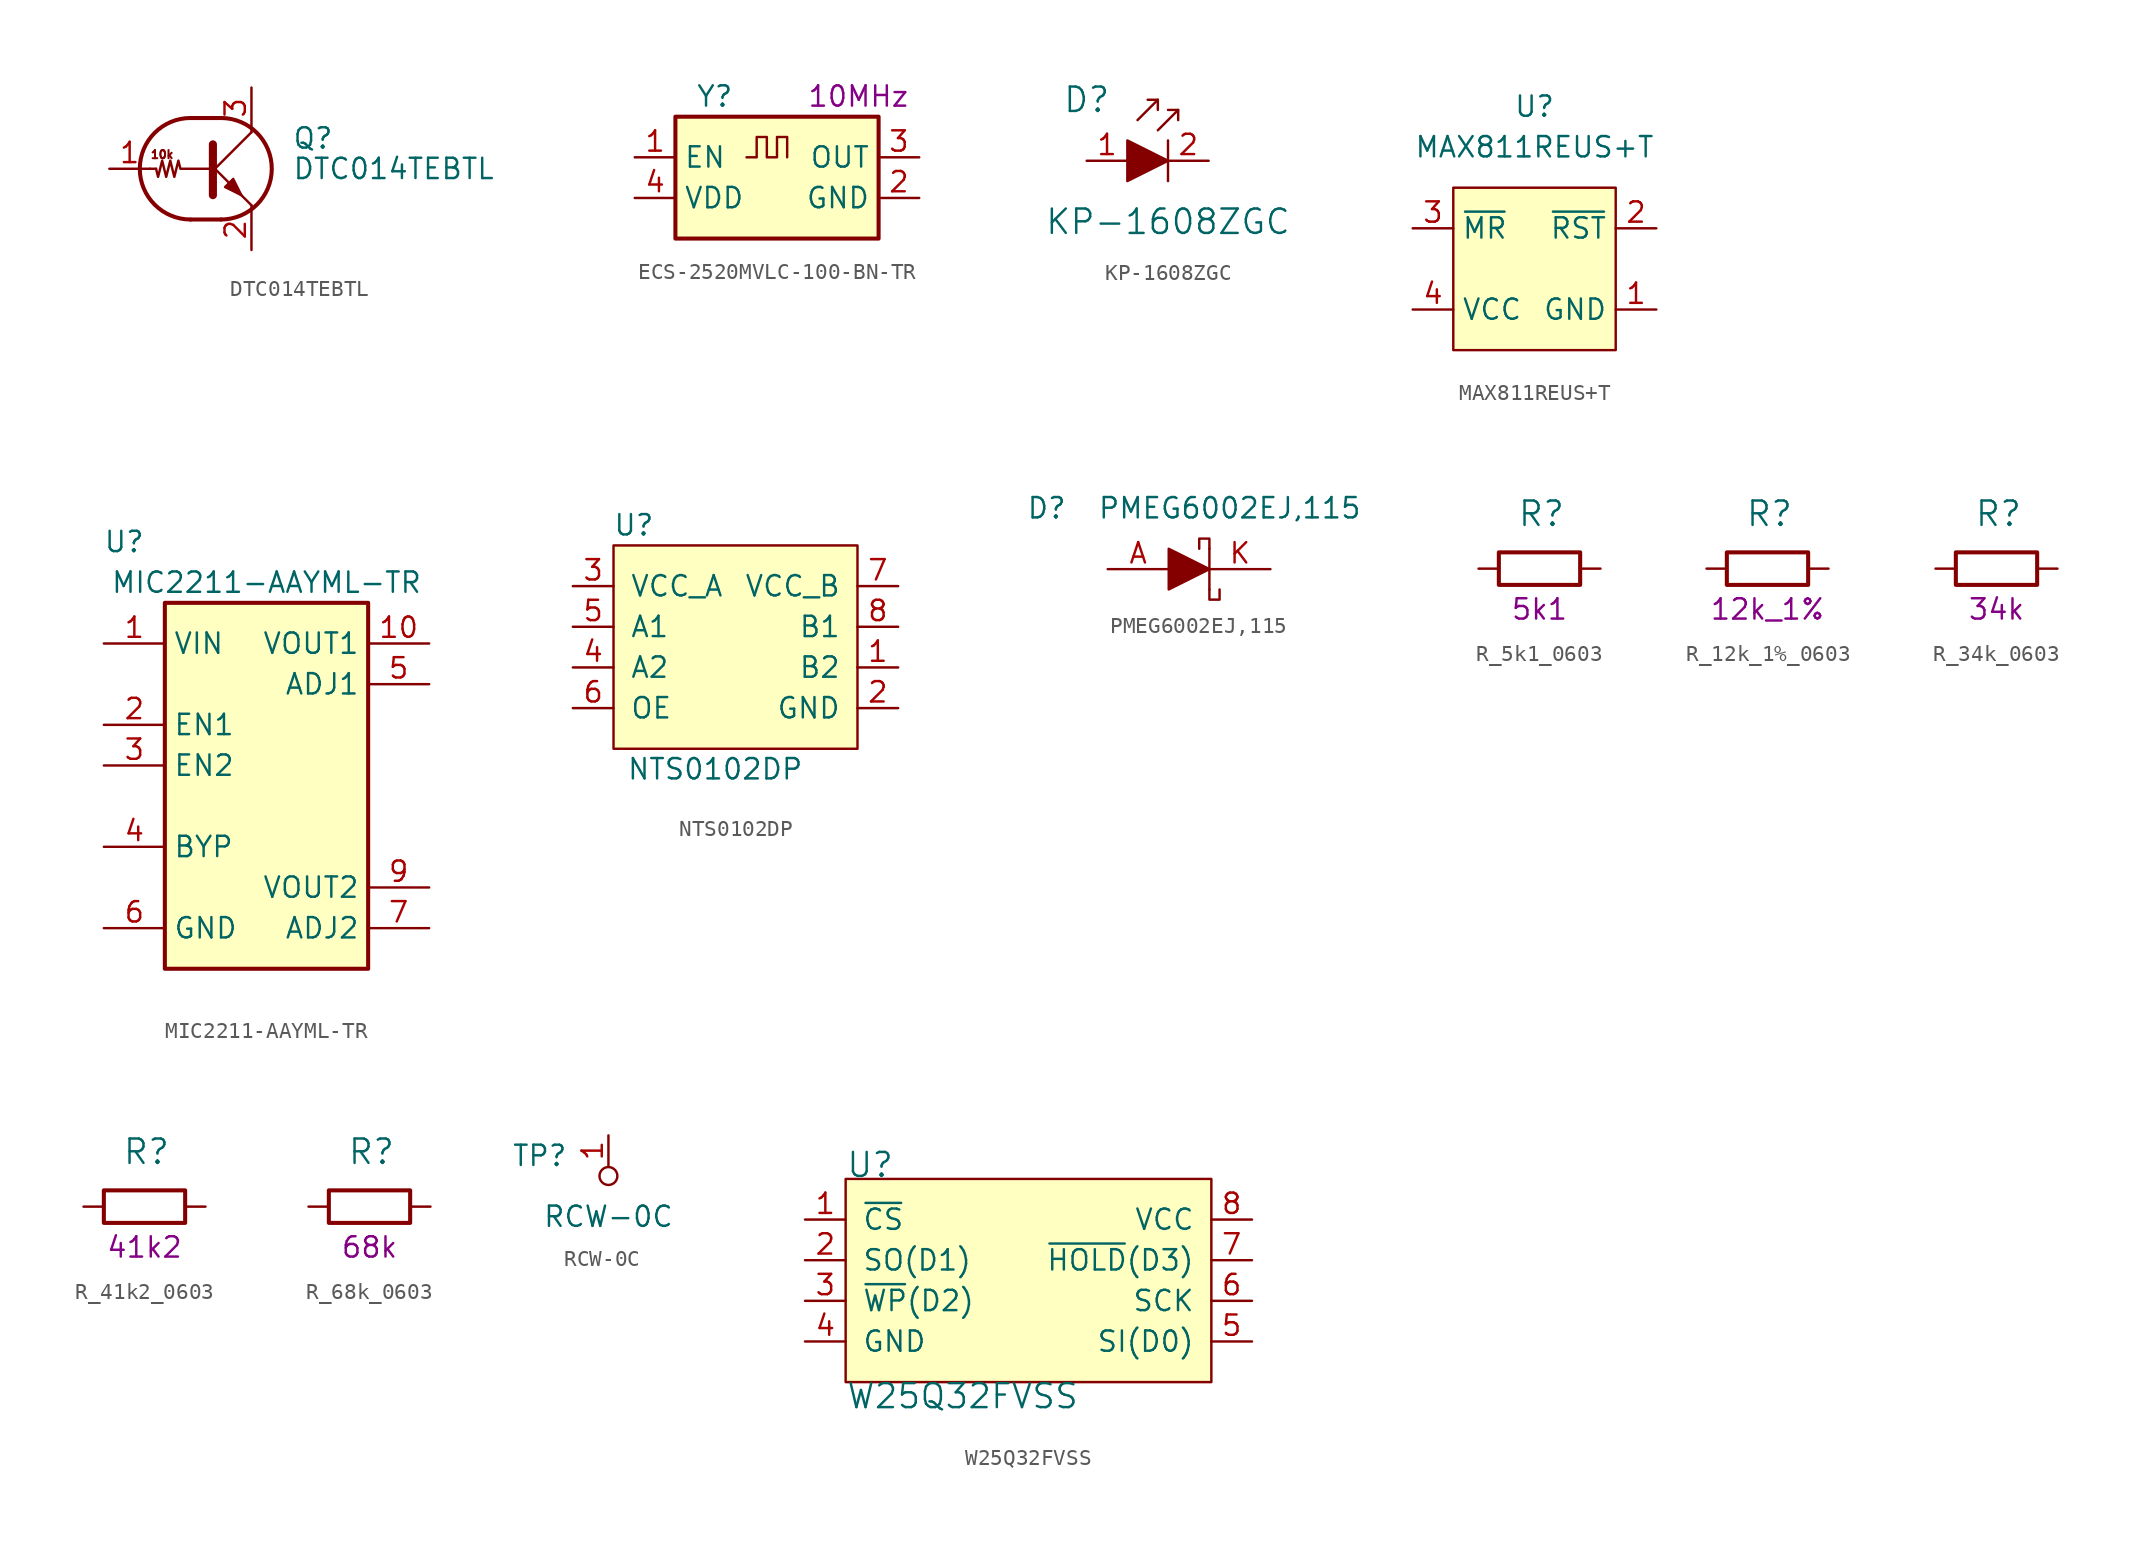
<source format=kicad_sym>
(kicad_symbol_lib
  (version 20211014)
  (generator kicad_symbol_editor)
  (symbol "DTC014TEBTL"
    (pin_names
      (offset 0) hide)
    (property "Reference" "Q"
      (at 5.08 1.905 0)
      (effects (font (size 1.27 1.27)) (justify left)))
    (property "Value" "DTC014TEBTL"
      (at 5.08 0 0)
      (effects (font (size 1.27 1.27)) (justify left)))
    (symbol "DTC014TEBTL_0_0"
      (polyline (pts (xy 2.54 -2.286) (xy 2.54 -2.54)) (stroke (width 0) (type default) (color 0 0 0 0)) (fill (type none)))
      (text "10k" (at -3.048 0.889 0) (effects (font (size 0.508 0.508)))))
    (symbol "DTC014TEBTL_0_1"
      (arc (start -1.27 3.175) (mid -4.445 0) (end -1.27 -3.175) (stroke (width 0.254) (type default) (color 0 0 0 0)) (fill (type none)))
      (polyline (pts (xy -3.429 0) (xy -3.81 0)) (stroke (width 0) (type default) (color 0 0 0 0)) (fill (type none)))
      (polyline (pts (xy -1.27 -3.175) (xy 0.635 -3.175)) (stroke (width 0.254) (type default) (color 0 0 0 0)) (fill (type none)))
      (polyline (pts (xy -1.27 3.175) (xy 0.635 3.175)) (stroke (width 0.254) (type default) (color 0 0 0 0)) (fill (type none)))
      (polyline (pts (xy 0 -0.254) (xy 2.54 2.286)) (stroke (width 0) (type default) (color 0 0 0 0)) (fill (type none)))
      (polyline (pts (xy 0.127 1.524) (xy 0.127 -1.651)) (stroke (width 0.508) (type default) (color 0 0 0 0)) (fill (type outline)))
      (polyline (pts (xy 2.54 2.286) (xy 2.54 2.54)) (stroke (width 0) (type default) (color 0 0 0 0)) (fill (type none)))
      (polyline (pts (xy 2.54 -2.286) (xy 0 0.254) (xy 0 0.254)) (stroke (width 0) (type default) (color 0 0 0 0)) (fill (type none)))
      (polyline (pts (xy 0.889 -1.143) (xy 1.397 -0.635) (xy 1.905 -1.651) (xy 0.889 -1.143)) (stroke (width 0) (type default) (color 0 0 0 0)) (fill (type outline)))
      (polyline (pts (xy 0 0) (xy -1.905 0) (xy -2.032 0.508) (xy -2.286 -0.508) (xy -2.54 0.508) (xy -2.794 -0.508) (xy -3.048 0.508) (xy -3.302 -0.508) (xy -3.429 0)) (stroke (width 0) (type default) (color 0 0 0 0)) (fill (type none)))
      (arc (start 0.635 -3.175) (mid 3.81 0) (end 0.635 3.175) (stroke (width 0.254) (type default) (color 0 0 0 0)) (fill (type none))))
    (symbol "DTC014TEBTL_1_1"
      (pin input line (at -6.35 0 0) (length 2.54) (name "B" (effects (font (size 1.27 1.27)))) (number "1" (effects (font (size 1.27 1.27)))))
      (pin passive line (at 2.54 -5.08 90) (length 2.54) (name "E" (effects (font (size 1.27 1.27)))) (number "2" (effects (font (size 1.27 1.27)))))
      (pin passive line (at 2.54 5.08 270) (length 2.54) (name "C" (effects (font (size 1.27 1.27)))) (number "3" (effects (font (size 1.27 1.27)))))))
  (symbol "ECS-2520MVLC-100-BN-TR"
    (property "Reference" "Y"
      (at -5.08 3.81 0)
      (effects (font (size 1.27 1.27)) (justify left)))
    (property "VAL" "10MHz"
      (at 5.08 3.81 0)
      (effects (font (size 1.27 1.27))))
    (symbol "ECS-2520MVLC-100-BN-TR_0_1"
      (rectangle (start -6.35 2.54) (end 6.35 -5.08) (stroke (width 0.254) (type default) (color 0 0 0 0)) (fill (type background)))
      (polyline (pts (xy -1.905 0) (xy -1.27 0) (xy -1.27 1.27) (xy -0.635 1.27) (xy -0.635 0) (xy 0 0) (xy 0 1.27) (xy 0.635 1.27) (xy 0.635 0)) (stroke (width 0) (type default) (color 0 0 0 0)) (fill (type none))))
    (symbol "ECS-2520MVLC-100-BN-TR_1_1"
      (pin input line (at -8.89 0 0) (length 2.54) (name "EN" (effects (font (size 1.27 1.27)))) (number "1" (effects (font (size 1.27 1.27)))))
      (pin power_in line (at 8.89 -2.54 180) (length 2.54) (name "GND" (effects (font (size 1.27 1.27)))) (number "2" (effects (font (size 1.27 1.27)))))
      (pin output line (at 8.89 0 180) (length 2.54) (name "OUT" (effects (font (size 1.27 1.27)))) (number "3" (effects (font (size 1.27 1.27)))))
      (pin power_in line (at -8.89 -2.54 0) (length 2.54) (name "VDD" (effects (font (size 1.27 1.27)))) (number "4" (effects (font (size 1.27 1.27)))))))
  (symbol "KP-1608ZGC"
    (pin_names
      (offset 0))
    (property "Reference" "D"
      (at -5.08 3.81 0)
      (effects (font (size 1.524 1.524))))
    (property "Value" "KP-1608ZGC"
      (at 0 -3.81 0)
      (effects (font (size 1.524 1.524))))
    (symbol "KP-1608ZGC_0_1"
      (polyline (pts (xy -0.635 3.81) (xy -1.905 2.54)) (stroke (width 0) (type default) (color 0 0 0 0)) (fill (type none)))
      (polyline (pts (xy 0 1.27) (xy 0 -1.27)) (stroke (width 0) (type default) (color 0 0 0 0)) (fill (type none)))
      (polyline (pts (xy 0.635 3.175) (xy -0.635 1.905)) (stroke (width 0) (type default) (color 0 0 0 0)) (fill (type none)))
      (polyline (pts (xy -1.27 3.81) (xy -0.635 3.81) (xy -0.635 3.175)) (stroke (width 0) (type default) (color 0 0 0 0)) (fill (type none)))
      (polyline (pts (xy 0 3.175) (xy 0.635 3.175) (xy 0.635 2.54)) (stroke (width 0) (type default) (color 0 0 0 0)) (fill (type none)))
      (polyline (pts (xy -2.54 1.27) (xy -2.54 -1.27) (xy 0 0) (xy -2.54 1.27)) (stroke (width 0) (type default) (color 0 0 0 0)) (fill (type outline))))
    (symbol "KP-1608ZGC_1_1"
      (pin passive line (at -5.08 0 0) (length 2.54) (name "~" (effects (font (size 1.27 1.27)))) (number "1" (effects (font (size 1.27 1.27)))))
      (pin passive line (at 2.54 0 180) (length 2.54) (name "~" (effects (font (size 1.27 1.27)))) (number "2" (effects (font (size 1.27 1.27)))))))
  (symbol "MAX811REUS+T"
    (property "Reference" "U"
      (at 0 10.16 0)
      (effects (font (size 1.27 1.27))))
    (property "Value" "MAX811REUS+T"
      (at 0 7.62 0)
      (effects (font (size 1.27 1.27))))
    (symbol "MAX811REUS+T_0_1"
      (rectangle (start -5.08 5.08) (end 5.08 -5.08) (stroke (width 0.152) (type default) (color 0 0 0 0)) (fill (type background))))
    (symbol "MAX811REUS+T_1_1"
      (pin power_in line (at 7.62 -2.54 180) (length 2.54) (name "GND" (effects (font (size 1.27 1.27)))) (number "1" (effects (font (size 1.27 1.27)))))
      (pin power_in line (at 7.62 2.54 180) (length 2.54) (name "~{RST}" (effects (font (size 1.27 1.27)))) (number "2" (effects (font (size 1.27 1.27)))))
      (pin input line (at -7.62 2.54 0) (length 2.54) (name "~{MR}" (effects (font (size 1.27 1.27)))) (number "3" (effects (font (size 1.27 1.27)))))
      (pin power_in line (at -7.62 -2.54 0) (length 2.54) (name "VCC" (effects (font (size 1.27 1.27)))) (number "4" (effects (font (size 1.27 1.27)))))))
  (symbol "MIC2211-AAYML-TR"
    (property "Reference" "U"
      (at -8.89 8.89 0)
      (effects (font (size 1.27 1.27))))
    (property "Value" "MIC2211-AAYML-TR"
      (at 0 6.35 0)
      (effects (font (size 1.27 1.27))))
    (symbol "MIC2211-AAYML-TR_0_1"
      (rectangle (start -6.35 5.08) (end 6.35 -17.78) (stroke (width 0.254) (type default) (color 0 0 0 0)) (fill (type background))))
    (symbol "MIC2211-AAYML-TR_1_1"
      (pin power_in line (at -10.16 2.54 0) (length 3.81) (name "VIN" (effects (font (size 1.27 1.27)))) (number "1" (effects (font (size 1.27 1.27)))))
      (pin power_out line (at 10.16 2.54 180) (length 3.81) (name "VOUT1" (effects (font (size 1.27 1.27)))) (number "10" (effects (font (size 1.27 1.27)))))
      (pin power_in line (at -10.16 -15.24 0) (length 3.81) hide (name "EP" (effects (font (size 1.27 1.27)))) (number "11" (effects (font (size 1.27 1.27)))))
      (pin input line (at -10.16 -2.54 0) (length 3.81) (name "EN1" (effects (font (size 1.27 1.27)))) (number "2" (effects (font (size 1.27 1.27)))))
      (pin input line (at -10.16 -5.08 0) (length 3.81) (name "EN2" (effects (font (size 1.27 1.27)))) (number "3" (effects (font (size 1.27 1.27)))))
      (pin passive line (at -10.16 -10.16 0) (length 3.81) (name "BYP" (effects (font (size 1.27 1.27)))) (number "4" (effects (font (size 1.27 1.27)))))
      (pin input line (at 10.16 0 180) (length 3.81) (name "ADJ1" (effects (font (size 1.27 1.27)))) (number "5" (effects (font (size 1.27 1.27)))))
      (pin power_in line (at -10.16 -15.24 0) (length 3.81) (name "GND" (effects (font (size 1.27 1.27)))) (number "6" (effects (font (size 1.27 1.27)))))
      (pin input line (at 10.16 -15.24 180) (length 3.81) (name "ADJ2" (effects (font (size 1.27 1.27)))) (number "7" (effects (font (size 1.27 1.27)))))
      (pin no_connect line (at 10.16 -5.08 180) (length 3.81) hide (name "NC" (effects (font (size 1.27 1.27)))) (number "8" (effects (font (size 1.27 1.27)))))
      (pin power_out line (at 10.16 -12.7 180) (length 3.81) (name "VOUT2" (effects (font (size 1.27 1.27)))) (number "9" (effects (font (size 1.27 1.27)))))))
  (symbol "NTS0102DP"
    (pin_names
      (offset 1.016))
    (property "Reference" "U"
      (at -6.35 10.16 0)
      (effects (font (size 1.27 1.27))))
    (property "Value" "NTS0102DP"
      (at -1.27 -5.08 0)
      (effects (font (size 1.27 1.27))))
    (symbol "NTS0102DP_0_1"
      (rectangle (start -7.62 8.89) (end 7.62 -3.81) (stroke (width 0) (type default) (color 0 0 0 0)) (fill (type background))))
    (symbol "NTS0102DP_1_1"
      (pin bidirectional line (at 10.16 1.27 180) (length 2.54) (name "B2" (effects (font (size 1.27 1.27)))) (number "1" (effects (font (size 1.27 1.27)))))
      (pin power_in line (at 10.16 -1.27 180) (length 2.54) (name "GND" (effects (font (size 1.27 1.27)))) (number "2" (effects (font (size 1.27 1.27)))))
      (pin power_in line (at -10.16 6.35 0) (length 2.54) (name "VCC_A" (effects (font (size 1.27 1.27)))) (number "3" (effects (font (size 1.27 1.27)))))
      (pin bidirectional line (at -10.16 1.27 0) (length 2.54) (name "A2" (effects (font (size 1.27 1.27)))) (number "4" (effects (font (size 1.27 1.27)))))
      (pin bidirectional line (at -10.16 3.81 0) (length 2.54) (name "A1" (effects (font (size 1.27 1.27)))) (number "5" (effects (font (size 1.27 1.27)))))
      (pin power_in line (at -10.16 -1.27 0) (length 2.54) (name "OE" (effects (font (size 1.27 1.27)))) (number "6" (effects (font (size 1.27 1.27)))))
      (pin power_in line (at 10.16 6.35 180) (length 2.54) (name "VCC_B" (effects (font (size 1.27 1.27)))) (number "7" (effects (font (size 1.27 1.27)))))
      (pin bidirectional line (at 10.16 3.81 180) (length 2.54) (name "B1" (effects (font (size 1.27 1.27)))) (number "8" (effects (font (size 1.27 1.27)))))))
  (symbol "PMEG6002EJ,115"
    (pin_names
      (offset 1.016))
    (property "Reference" "D"
      (at -8.89 3.81 0)
      (effects (font (size 1.27 1.27))))
    (property "Value" "PMEG6002EJ,115"
      (at 2.54 3.81 0)
      (effects (font (size 1.27 1.27))))
    (symbol "PMEG6002EJ,115_1_1"
      (polyline (pts (xy 1.27 1.27) (xy 1.27 -1.27)) (stroke (width 0) (type default) (color 0 0 0 0)) (fill (type none)))
      (polyline (pts (xy -1.27 1.27) (xy -1.27 -1.27) (xy 1.27 0) (xy -1.27 1.27)) (stroke (width 0) (type default) (color 0 0 0 0)) (fill (type outline)))
      (polyline (pts (xy 1.27 -1.27) (xy 1.27 -1.905) (xy 1.905 -1.905) (xy 1.905 -1.27)) (stroke (width 0) (type default) (color 0 0 0 0)) (fill (type none)))
      (polyline (pts (xy 1.27 1.27) (xy 1.27 1.905) (xy 0.635 1.905) (xy 0.635 1.27)) (stroke (width 0) (type default) (color 0 0 0 0)) (fill (type none)))
      (pin passive line (at -5.08 0 0) (length 3.81) (name "~" (effects (font (size 1.27 1.27)))) (number "A" (effects (font (size 1.27 1.27)))))
      (pin passive line (at 5.08 0 180) (length 3.81) (name "~" (effects (font (size 1.27 1.27)))) (number "K" (effects (font (size 1.27 1.27)))))))
  (symbol "R_5k1_0603"
    (pin_names
      (offset 0))
    (property "Reference" "R"
      (at -1.397 3.429 0)
      (effects (font (size 1.524 1.524)) (justify left)))
    (property "Val" "5k1"
      (at 0 -2.54 0)
      (effects (font (size 1.27 1.27))))
    (symbol "R_5k1_0603_1_1"
      (rectangle (start 2.54 -1.016) (end -2.54 1.016) (stroke (width 0.254) (type default) (color 0 0 0 0)) (fill (type none)))
      (pin passive line (at -3.81 0 0) (length 1.27) (name "~" (effects (font (size 0 0)))) (number "1" (effects (font (size 0 0)))))
      (pin passive line (at 3.81 0 180) (length 1.27) (name "~" (effects (font (size 0 0)))) (number "2" (effects (font (size 0 0)))))))
  (symbol "R_12k_1%_0603"
    (pin_names
      (offset 0))
    (property "Reference" "R"
      (at -1.397 3.429 0)
      (effects (font (size 1.524 1.524)) (justify left)))
    (property "Val" "12k_1%"
      (at 0 -2.54 0)
      (effects (font (size 1.27 1.27))))
    (symbol "R_12k_1%_0603_1_1"
      (rectangle (start 2.54 -1.016) (end -2.54 1.016) (stroke (width 0.254) (type default) (color 0 0 0 0)) (fill (type none)))
      (pin passive line (at -3.81 0 0) (length 1.27) (name "~" (effects (font (size 0 0)))) (number "1" (effects (font (size 0 0)))))
      (pin passive line (at 3.81 0 180) (length 1.27) (name "~" (effects (font (size 0 0)))) (number "2" (effects (font (size 0 0)))))))
  (symbol "R_34k_0603"
    (pin_names
      (offset 0))
    (property "Reference" "R"
      (at -1.397 3.429 0)
      (effects (font (size 1.524 1.524)) (justify left)))
    (property "Val" "34k"
      (at 0 -2.54 0)
      (effects (font (size 1.27 1.27))))
    (symbol "R_34k_0603_1_1"
      (rectangle (start 2.54 -1.016) (end -2.54 1.016) (stroke (width 0.254) (type default) (color 0 0 0 0)) (fill (type none)))
      (pin passive line (at -3.81 0 0) (length 1.27) (name "~" (effects (font (size 0 0)))) (number "1" (effects (font (size 0 0)))))
      (pin passive line (at 3.81 0 180) (length 1.27) (name "~" (effects (font (size 0 0)))) (number "2" (effects (font (size 0 0)))))))
  (symbol "R_41k2_0603"
    (pin_names
      (offset 0))
    (property "Reference" "R"
      (at -1.397 3.429 0)
      (effects (font (size 1.524 1.524)) (justify left)))
    (property "Val" "41k2"
      (at 0 -2.54 0)
      (effects (font (size 1.27 1.27))))
    (symbol "R_41k2_0603_1_1"
      (rectangle (start 2.54 -1.016) (end -2.54 1.016) (stroke (width 0.254) (type default) (color 0 0 0 0)) (fill (type none)))
      (pin passive line (at -3.81 0 0) (length 1.27) (name "~" (effects (font (size 0 0)))) (number "1" (effects (font (size 0 0)))))
      (pin passive line (at 3.81 0 180) (length 1.27) (name "~" (effects (font (size 0 0)))) (number "2" (effects (font (size 0 0)))))))
  (symbol "R_68k_0603"
    (pin_names
      (offset 0))
    (property "Reference" "R"
      (at -1.397 3.429 0)
      (effects (font (size 1.524 1.524)) (justify left)))
    (property "Val" "68k"
      (at 0 -2.54 0)
      (effects (font (size 1.27 1.27))))
    (symbol "R_68k_0603_1_1"
      (rectangle (start 2.54 -1.016) (end -2.54 1.016) (stroke (width 0.254) (type default) (color 0 0 0 0)) (fill (type none)))
      (pin passive line (at -3.81 0 0) (length 1.27) (name "~" (effects (font (size 0 0)))) (number "1" (effects (font (size 0 0)))))
      (pin passive line (at 3.81 0 180) (length 1.27) (name "~" (effects (font (size 0 0)))) (number "2" (effects (font (size 0 0)))))))
  (symbol "RCW-0C"
    (pin_names
      (offset 1.016))
    (property "Reference" "TP"
      (at -2.54 1.27 0)
      (effects (font (size 1.27 1.27)) (justify right)))
    (property "Value" "RCW-0C"
      (at 0 -2.54 0)
      (effects (font (size 1.27 1.27))))
    (symbol "RCW-0C_1_1"
      (circle (center 0 0) (radius 0.559) (stroke (width 0) (type default) (color 0 0 0 0)) (fill (type none)))
      (pin passive line (at 0 2.54 270) (length 1.905) (name "~" (effects (font (size 1.27 1.27)))) (number "1" (effects (font (size 1.27 1.27)))))))
  (symbol "W25Q32FVSS"
    (pin_names
      (offset 1.016))
    (property "Reference" "U"
      (at -11.43 6.35 0)
      (effects (font (size 1.499 1.499)) (justify left bottom)))
    (property "Value" "W25Q32FVSS"
      (at -11.43 -6.35 0)
      (effects (font (size 1.499 1.499)) (justify left top)))
    (symbol "W25Q32FVSS_1_0"
      (rectangle (start -11.43 6.35) (end 11.43 -6.35) (stroke (width 0.152) (type default) (color 0 0 0 0)) (fill (type background)))
      (pin input line (at -13.97 3.81 0) (length 2.54) (name "~{CS}" (effects (font (size 1.27 1.27)))) (number "1" (effects (font (size 1.27 1.27)))))
      (pin bidirectional line (at -13.97 1.27 0) (length 2.54) (name "SO(D1)" (effects (font (size 1.27 1.27)))) (number "2" (effects (font (size 1.27 1.27)))))
      (pin bidirectional line (at -13.97 -1.27 0) (length 2.54) (name "~{WP}(D2)" (effects (font (size 1.27 1.27)))) (number "3" (effects (font (size 1.27 1.27)))))
      (pin power_in line (at -13.97 -3.81 0) (length 2.54) (name "GND" (effects (font (size 1.27 1.27)))) (number "4" (effects (font (size 1.27 1.27)))))
      (pin bidirectional line (at 13.97 -3.81 180) (length 2.54) (name "SI(D0)" (effects (font (size 1.27 1.27)))) (number "5" (effects (font (size 1.27 1.27)))))
      (pin bidirectional line (at 13.97 -1.27 180) (length 2.54) (name "SCK" (effects (font (size 1.27 1.27)))) (number "6" (effects (font (size 1.27 1.27)))))
      (pin bidirectional line (at 13.97 1.27 180) (length 2.54) (name "~{HOLD}(D3)" (effects (font (size 1.27 1.27)))) (number "7" (effects (font (size 1.27 1.27)))))
      (pin power_in line (at 13.97 3.81 180) (length 2.54) (name "VCC" (effects (font (size 1.27 1.27)))) (number "8" (effects (font (size 1.27 1.27))))))))
</source>
